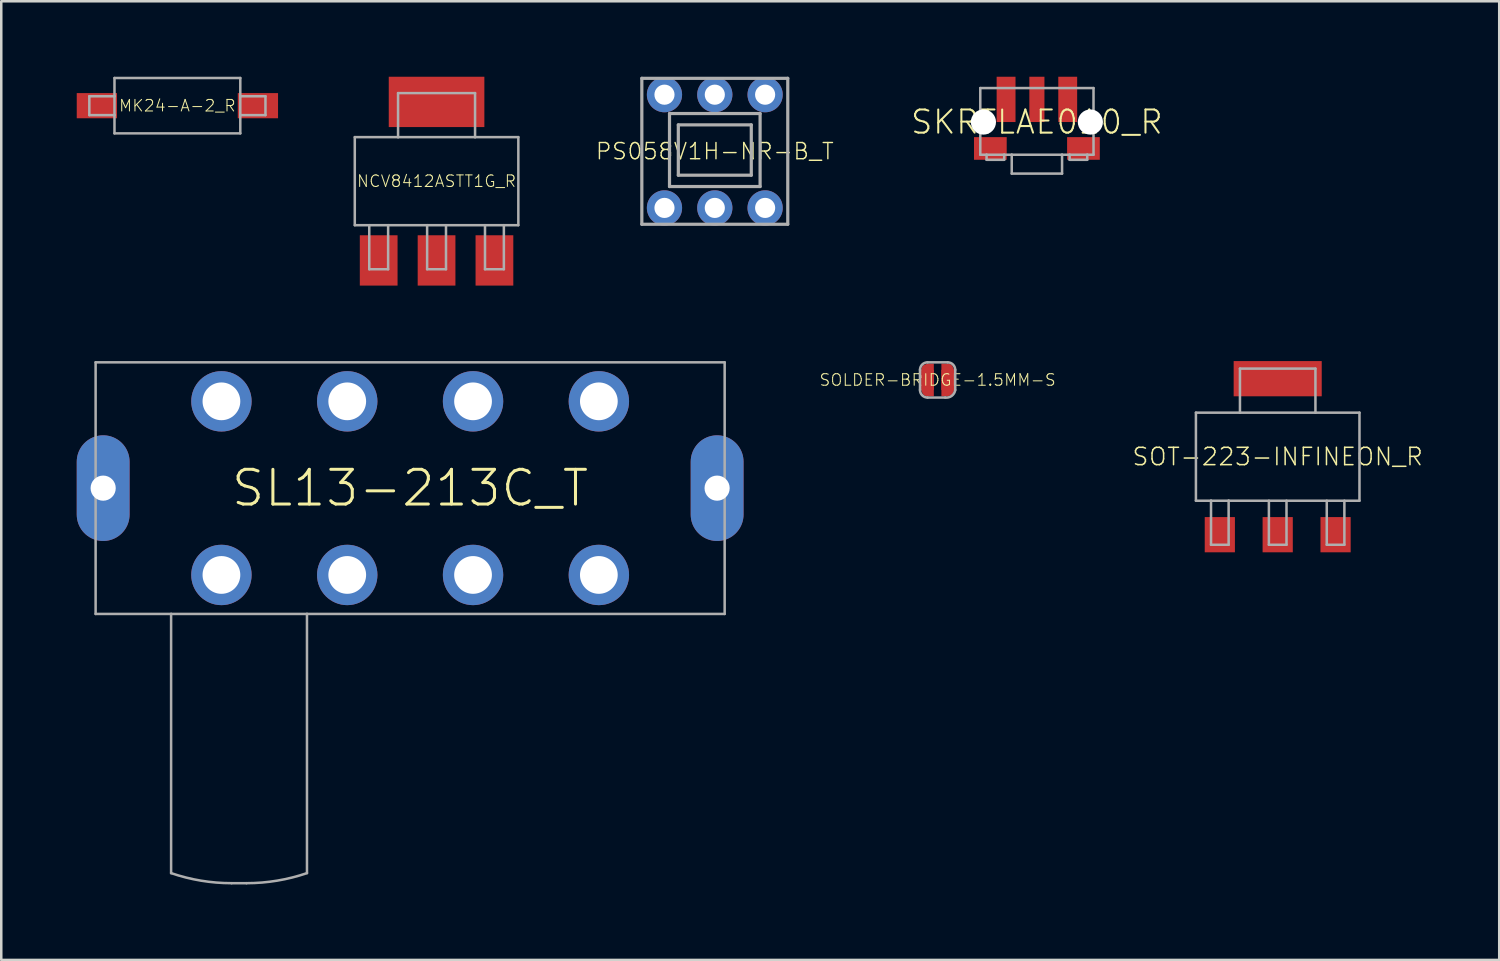
<source format=kicad_pcb>
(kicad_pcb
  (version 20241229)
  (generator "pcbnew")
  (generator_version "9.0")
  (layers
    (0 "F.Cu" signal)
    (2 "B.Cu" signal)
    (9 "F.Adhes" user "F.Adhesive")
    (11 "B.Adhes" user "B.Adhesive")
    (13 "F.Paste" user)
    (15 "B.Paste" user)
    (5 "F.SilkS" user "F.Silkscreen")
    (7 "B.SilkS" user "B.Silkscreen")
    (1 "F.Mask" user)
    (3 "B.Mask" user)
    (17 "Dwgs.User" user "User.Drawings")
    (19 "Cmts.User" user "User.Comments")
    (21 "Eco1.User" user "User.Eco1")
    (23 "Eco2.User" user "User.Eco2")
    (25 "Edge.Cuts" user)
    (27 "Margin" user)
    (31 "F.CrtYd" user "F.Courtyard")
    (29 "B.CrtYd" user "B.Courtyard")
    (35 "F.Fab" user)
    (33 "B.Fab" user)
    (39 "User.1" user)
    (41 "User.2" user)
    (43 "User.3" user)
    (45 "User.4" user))
  (footprint "SOT-223-INFINEON_R"
    (layer "F.Cu")
    (at 47.729 15.1)
    (property "Reference" "SOT-223-INFINEON_R" (at 0 0 0) (unlocked yes) (layer "F.SilkS") (effects (font (size 0.69 0.69) (thickness 0.06))))
    (fp_poly (pts (xy -1.7 3.8) (xy -2.9 3.8) (xy -2.9 2.4) (xy -1.7 2.4)) (stroke (width 0) (type default)) (fill yes) (layer "F.Paste"))
    (fp_poly (pts (xy 0.6 3.8) (xy -0.6 3.8) (xy -0.6 2.4) (xy 0.6 2.4)) (stroke (width 0) (type default)) (fill yes) (layer "F.Paste"))
    (fp_poly (pts (xy 1.75 -2.4) (xy -1.75 -2.4) (xy -1.75 -3.8) (xy 1.75 -3.8)) (stroke (width 0) (type default)) (fill yes) (layer "F.Paste"))
    (fp_poly (pts (xy 2.9 3.8) (xy 1.7 3.8) (xy 1.7 2.4) (xy 2.9 2.4)) (stroke (width 0) (type default)) (fill yes) (layer "F.Paste"))
    (fp_line (start -3.25 -1.75) (end -3.25 1.75) (stroke (width 0.1) (type solid)) (layer "F.Fab"))
    (fp_line (start -3.25 1.75) (end -2.65 1.75) (stroke (width 0.1) (type solid)) (layer "F.Fab"))
    (fp_line (start -2.65 1.75) (end -1.95 1.75) (stroke (width 0.1) (type solid)) (layer "F.Fab"))
    (fp_line (start -2.65 3.5) (end -2.65 1.75) (stroke (width 0.1) (type solid)) (layer "F.Fab"))
    (fp_line (start -2.65 3.5) (end -1.95 3.5) (stroke (width 0.1) (type solid)) (layer "F.Fab"))
    (fp_line (start -1.95 1.75) (end 3.25 1.75) (stroke (width 0.1) (type solid)) (layer "F.Fab"))
    (fp_line (start -1.95 3.5) (end -1.95 1.75) (stroke (width 0.1) (type solid)) (layer "F.Fab"))
    (fp_line (start -1.5 -3.5) (end -1.5 -1.75) (stroke (width 0.1) (type solid)) (layer "F.Fab"))
    (fp_line (start -1.5 -1.75) (end -3.25 -1.75) (stroke (width 0.1) (type solid)) (layer "F.Fab"))
    (fp_line (start -0.35 3.5) (end -0.35 1.75) (stroke (width 0.1) (type solid)) (layer "F.Fab"))
    (fp_line (start -0.35 3.5) (end 0.35 3.5) (stroke (width 0.1) (type solid)) (layer "F.Fab"))
    (fp_line (start 0.35 3.5) (end 0.35 1.75) (stroke (width 0.1) (type solid)) (layer "F.Fab"))
    (fp_line (start 1.5 -3.5) (end -1.5 -3.5) (stroke (width 0.1) (type solid)) (layer "F.Fab"))
    (fp_line (start 1.5 -3.5) (end 1.5 -1.75) (stroke (width 0.1) (type solid)) (layer "F.Fab"))
    (fp_line (start 1.5 -1.75) (end -1.5 -1.75) (stroke (width 0.1) (type solid)) (layer "F.Fab"))
    (fp_line (start 1.95 3.5) (end 1.95 1.75) (stroke (width 0.1) (type solid)) (layer "F.Fab"))
    (fp_line (start 1.95 3.5) (end 2.65 3.5) (stroke (width 0.1) (type solid)) (layer "F.Fab"))
    (fp_line (start 2.65 3.5) (end 2.65 1.75) (stroke (width 0.1) (type solid)) (layer "F.Fab"))
    (fp_line (start 3.25 -1.75) (end 1.5 -1.75) (stroke (width 0.1) (type solid)) (layer "F.Fab"))
    (fp_line (start 3.25 1.75) (end 3.25 -1.75) (stroke (width 0.1) (type solid)) (layer "F.Fab"))
    (pad "1" smd rect (at -2.3 3.1) (size 1.2 1.4) (layers "F.Cu" "F.Mask"))
    (pad "2" smd rect (at 0 3.1) (size 1.2 1.4) (layers "F.Cu" "F.Mask"))
    (pad "3" smd rect (at 2.3 3.1) (size 1.2 1.4) (layers "F.Cu" "F.Mask"))
    (pad "4" smd rect (at 0 -3.1) (size 3.5 1.4) (layers "F.Cu" "F.Mask")))
  (footprint "SOLDER-BRIDGE-1.5MM-S"
    (layer "F.Cu")
    (at 34.213 12.05)
    (property "Reference" "SOLDER-BRIDGE-1.5MM-S" (at 0 0 0) (unlocked yes) (layer "F.SilkS") (effects (font (size 0.46 0.46) (thickness 0.04))))
    (fp_poly (pts (xy -0.15 0.65) (xy -0.405 0.65) (xy -0.496 0.632) (xy -0.582 0.575) (xy -0.65 0.41) (xy -0.65 -0.405) (xy -0.632 -0.496) (xy -0.575 -0.582) (xy -0.41 -0.65) (xy -0.15 -0.65)) (stroke (width 0) (type default)) (fill yes) (layer "F.Cu"))
    (fp_poly (pts (xy 0.496 -0.632) (xy 0.582 -0.575) (xy 0.65 -0.41) (xy 0.65 0.405) (xy 0.632 0.496) (xy 0.575 0.582) (xy 0.41 0.65) (xy 0.15 0.65) (xy 0.15 -0.65) (xy 0.405 -0.65)) (stroke (width 0) (type default)) (fill yes) (layer "F.Cu"))
    (fp_poly (pts (xy 0.61 -0.617) (xy 0.678 -0.515) (xy 0.7 -0.405) (xy 0.7 0.41) (xy 0.617 0.61) (xy 0.515 0.678) (xy 0.405 0.7) (xy -0.41 0.7) (xy -0.61 0.617) (xy -0.678 0.515) (xy -0.7 0.405) (xy -0.7 -0.41) (xy -0.617 -0.61) (xy -0.515 -0.678) (xy -0.405 -0.7) (xy 0.41 -0.7)) (stroke (width 0) (type default)) (fill yes) (layer "F.Mask"))
    (fp_line (start -0.7 -0.4) (end -0.7 0.4) (stroke (width 0.1) (type solid)) (layer "F.Fab"))
    (fp_line (start -0.4 0.7) (end 0.3 0.7) (stroke (width 0.1) (type solid)) (layer "F.Fab"))
    (fp_line (start 0.4 -0.7) (end -0.4 -0.7) (stroke (width 0.1) (type solid)) (layer "F.Fab"))
    (fp_line (start 0.7 0.4) (end 0.7 -0.4) (stroke (width 0.1) (type solid)) (layer "F.Fab"))
    (fp_arc (start -0.7 -0.4) (mid -0.612132 -0.612132) (end -0.4 -0.7) (stroke (width 0.1) (type solid)) (layer "F.Fab"))
    (fp_arc (start -0.4 0.7) (mid -0.612132 0.612132) (end -0.7 0.4) (stroke (width 0.1) (type solid)) (layer "F.Fab"))
    (fp_arc (start 0.4 -0.7) (mid 0.612132 -0.612132) (end 0.7 -0.4) (stroke (width 0.1) (type solid)) (layer "F.Fab"))
    (fp_arc (start 0.7 0.4) (mid 0.562132 0.632843) (end 0.3 0.7) (stroke (width 0.1) (type solid)) (layer "F.Fab"))
    (pad "1" smd rect (at -0.4 0) (size 0.5 0.8) (layers "F.Cu"))
    (pad "2" smd rect (at 0.4 0) (size 0.5 0.8) (layers "F.Cu")))
  (footprint "SKRTLAE010_R"
    (layer "F.Cu")
    (at 38.159 1.8)
    (property "Reference" "SKRTLAE010_R" (at 0 0 0) (unlocked yes) (layer "F.SilkS") (effects (font (size 0.92 0.92) (thickness 0.08))))
    (fp_line (start -2.25 -1.35) (end -2.25 1.3) (stroke (width 0.1) (type solid)) (layer "F.Fab"))
    (fp_line (start -2.25 1.3) (end -2 1.3) (stroke (width 0.1) (type solid)) (layer "F.Fab"))
    (fp_line (start -2 1.3) (end -2 1.5) (stroke (width 0.1) (type solid)) (layer "F.Fab"))
    (fp_line (start -2 1.3) (end -1.3 1.3) (stroke (width 0.1) (type solid)) (layer "F.Fab"))
    (fp_line (start -2 1.5) (end -1.3 1.5) (stroke (width 0.1) (type solid)) (layer "F.Fab"))
    (fp_line (start -1.3 1.3) (end -1 1.3) (stroke (width 0.1) (type solid)) (layer "F.Fab"))
    (fp_line (start -1.3 1.5) (end -1.3 1.3) (stroke (width 0.1) (type solid)) (layer "F.Fab"))
    (fp_line (start -1 1.3) (end 1 1.3) (stroke (width 0.1) (type solid)) (layer "F.Fab"))
    (fp_line (start -1 2.05) (end -1 1.3) (stroke (width 0.1) (type solid)) (layer "F.Fab"))
    (fp_line (start -1 2.05) (end 1 2.05) (stroke (width 0.1) (type solid)) (layer "F.Fab"))
    (fp_line (start 1 1.3) (end 1.3 1.3) (stroke (width 0.1) (type solid)) (layer "F.Fab"))
    (fp_line (start 1 2.05) (end 1 1.3) (stroke (width 0.1) (type solid)) (layer "F.Fab"))
    (fp_line (start 1.3 1.3) (end 1.3 1.5) (stroke (width 0.1) (type solid)) (layer "F.Fab"))
    (fp_line (start 1.3 1.3) (end 2 1.3) (stroke (width 0.1) (type solid)) (layer "F.Fab"))
    (fp_line (start 1.3 1.5) (end 2 1.5) (stroke (width 0.1) (type solid)) (layer "F.Fab"))
    (fp_line (start 2 1.3) (end 2.25 1.3) (stroke (width 0.1) (type solid)) (layer "F.Fab"))
    (fp_line (start 2 1.5) (end 2 1.3) (stroke (width 0.1) (type solid)) (layer "F.Fab"))
    (fp_line (start 2.25 -1.35) (end -2.25 -1.35) (stroke (width 0.1) (type solid)) (layer "F.Fab"))
    (fp_line (start 2.25 1.3) (end 2.25 -1.35) (stroke (width 0.1) (type solid)) (layer "F.Fab"))
    (pad "" np_thru_hole circle (at -2.125 0) (size 1 1) (drill 1) (layers "*.Cu" "*.Mask"))
    (pad "" np_thru_hole circle (at 2.125 0) (size 1 1) (drill 1) (layers "*.Cu" "*.Mask"))
    (pad "1" smd rect (at -1.225 -0.9) (size 0.75 1.8) (layers "F.Cu" "F.Mask" "F.Paste"))
    (pad "2" smd rect (at 0 -0.9) (size 0.6 1.8) (layers "F.Cu" "F.Mask" "F.Paste"))
    (pad "3" smd rect (at 1.225 -0.9) (size 0.75 1.8) (layers "F.Cu" "F.Mask" "F.Paste"))
    (pad "4" smd rect (at -1.85 1.05) (size 1.3 0.9) (layers "F.Cu" "F.Mask" "F.Paste"))
    (pad "5" smd rect (at 1.85 1.05) (size 1.3 0.9) (layers "F.Cu" "F.Mask" "F.Paste"))
    (zone (net_name "") (layer "F.Cu") (hatch edge 0.5) (connect_pads) (min_thickness 0.25) (filled_areas_thickness no) (keepout (tracks not_allowed) (vias not_allowed) (pads not_allowed) (copperpour not_allowed) (footprints allowed)) (placement (enabled no)) (fill) (polygon (pts (xy 37.159 3.3) (xy 39.159 3.3) (xy 39.159 2.1) (xy 37.159 2.1)))))
  (footprint "SL13-213C_T"
    (layer "F.Cu")
    (at 13.25 16.35)
    (property "Reference" "SL13-213C_T" (at 0 0 0) (unlocked yes) (layer "F.SilkS") (effects (font (size 1.38 1.38) (thickness 0.12))))
    (fp_line (start -12.5 -5) (end -12.5 5) (stroke (width 0.1) (type solid)) (layer "F.Fab"))
    (fp_line (start -12.5 5) (end -9.5 5) (stroke (width 0.1) (type solid)) (layer "F.Fab"))
    (fp_line (start -9.5 5) (end -9.5 15.3) (stroke (width 0.1) (type solid)) (layer "F.Fab"))
    (fp_line (start -9.5 5) (end -4.1 5) (stroke (width 0.1) (type solid)) (layer "F.Fab"))
    (fp_line (start -6.5 15.7) (end -7.1 15.7) (stroke (width 0.1) (type solid)) (layer "F.Fab"))
    (fp_line (start -4.1 5) (end -4.1 15.3) (stroke (width 0.1) (type solid)) (layer "F.Fab"))
    (fp_line (start -4.1 5) (end 12.5 5) (stroke (width 0.1) (type solid)) (layer "F.Fab"))
    (fp_line (start 12.5 -5) (end -12.5 -5) (stroke (width 0.1) (type solid)) (layer "F.Fab"))
    (fp_line (start 12.5 5) (end 12.5 -5) (stroke (width 0.1) (type solid)) (layer "F.Fab"))
    (fp_arc (start -7.1 15.7) (mid -8.316552 15.599315) (end -9.5 15.3) (stroke (width 0.1) (type solid)) (layer "F.Fab"))
    (fp_arc (start -4.1 15.3) (mid -5.283447 15.599315) (end -6.5 15.7) (stroke (width 0.1) (type solid)) (layer "F.Fab"))
    (pad "A1" thru_hole circle (at -7.5 -3.45) (size 2.4 2.4) (drill 1.5) (layers "*.Cu" "*.Mask"))
    (pad "A2" thru_hole circle (at -2.5 -3.45) (size 2.4 2.4) (drill 1.5) (layers "*.Cu" "*.Mask"))
    (pad "A3" thru_hole circle (at 2.5 -3.45) (size 2.4 2.4) (drill 1.5) (layers "*.Cu" "*.Mask"))
    (pad "A4" thru_hole circle (at 7.5 -3.45) (size 2.4 2.4) (drill 1.5) (layers "*.Cu" "*.Mask"))
    (pad "B1" thru_hole circle (at -7.5 3.45) (size 2.4 2.4) (drill 1.5) (layers "*.Cu" "*.Mask"))
    (pad "B2" thru_hole circle (at -2.5 3.45) (size 2.4 2.4) (drill 1.5) (layers "*.Cu" "*.Mask"))
    (pad "B3" thru_hole circle (at 2.5 3.45) (size 2.4 2.4) (drill 1.5) (layers "*.Cu" "*.Mask"))
    (pad "B4" thru_hole circle (at 7.5 3.45) (size 2.4 2.4) (drill 1.5) (layers "*.Cu" "*.Mask"))
    (pad "T1" thru_hole oval (at -12.2 0 90) (size 4.2 2.1) (drill 1) (layers "*.Cu" "*.Mask"))
    (pad "T2" thru_hole oval (at 12.2 0 90) (size 4.2 2.1) (drill 1) (layers "*.Cu" "*.Mask")))
  (footprint "NCV8412ASTT1G_R"
    (layer "F.Cu")
    (at 14.3 4.15)
    (property "Reference" "NCV8412ASTT1G_R" (at 0 0 0) (unlocked yes) (layer "F.SilkS") (effects (font (size 0.46 0.46) (thickness 0.04))))
    (fp_line (start -3.25 -1.75) (end -1.53 -1.75) (stroke (width 0.1) (type solid)) (layer "F.Fab"))
    (fp_line (start -3.25 1.75) (end -3.25 -1.75) (stroke (width 0.1) (type solid)) (layer "F.Fab"))
    (fp_line (start -2.675 1.75) (end -3.25 1.75) (stroke (width 0.1) (type solid)) (layer "F.Fab"))
    (fp_line (start -2.675 1.75) (end -2.675 3.5) (stroke (width 0.1) (type solid)) (layer "F.Fab"))
    (fp_line (start -2.675 3.5) (end -1.925 3.5) (stroke (width 0.1) (type solid)) (layer "F.Fab"))
    (fp_line (start -1.925 1.75) (end -2.675 1.75) (stroke (width 0.1) (type solid)) (layer "F.Fab"))
    (fp_line (start -1.925 3.5) (end -1.925 1.75) (stroke (width 0.1) (type solid)) (layer "F.Fab"))
    (fp_line (start -1.53 -3.5) (end 1.53 -3.5) (stroke (width 0.1) (type solid)) (layer "F.Fab"))
    (fp_line (start -1.53 -1.75) (end -1.53 -3.5) (stroke (width 0.1) (type solid)) (layer "F.Fab"))
    (fp_line (start -1.53 -1.75) (end 1.53 -1.75) (stroke (width 0.1) (type solid)) (layer "F.Fab"))
    (fp_line (start -0.375 1.75) (end -1.925 1.75) (stroke (width 0.1) (type solid)) (layer "F.Fab"))
    (fp_line (start -0.375 1.75) (end -0.375 3.5) (stroke (width 0.1) (type solid)) (layer "F.Fab"))
    (fp_line (start -0.375 3.5) (end 0.375 3.5) (stroke (width 0.1) (type solid)) (layer "F.Fab"))
    (fp_line (start 0.375 1.75) (end -0.375 1.75) (stroke (width 0.1) (type solid)) (layer "F.Fab"))
    (fp_line (start 0.375 3.5) (end 0.375 1.75) (stroke (width 0.1) (type solid)) (layer "F.Fab"))
    (fp_line (start 1.53 -3.5) (end 1.53 -1.75) (stroke (width 0.1) (type solid)) (layer "F.Fab"))
    (fp_line (start 1.53 -1.75) (end 3.25 -1.75) (stroke (width 0.1) (type solid)) (layer "F.Fab"))
    (fp_line (start 1.925 1.75) (end 0.375 1.75) (stroke (width 0.1) (type solid)) (layer "F.Fab"))
    (fp_line (start 1.925 1.75) (end 1.925 3.5) (stroke (width 0.1) (type solid)) (layer "F.Fab"))
    (fp_line (start 1.925 3.5) (end 2.675 3.5) (stroke (width 0.1) (type solid)) (layer "F.Fab"))
    (fp_line (start 2.675 1.75) (end 1.925 1.75) (stroke (width 0.1) (type solid)) (layer "F.Fab"))
    (fp_line (start 2.675 3.5) (end 2.675 1.75) (stroke (width 0.1) (type solid)) (layer "F.Fab"))
    (fp_line (start 3.25 -1.75) (end 3.25 1.75) (stroke (width 0.1) (type solid)) (layer "F.Fab"))
    (fp_line (start 3.25 1.75) (end 2.675 1.75) (stroke (width 0.1) (type solid)) (layer "F.Fab"))
    (pad "1" smd rect (at -2.3 3.15 90) (size 2 1.5) (layers "F.Cu" "F.Mask" "F.Paste"))
    (pad "2" smd rect (at 0 3.15 90) (size 2 1.5) (layers "F.Cu" "F.Mask" "F.Paste"))
    (pad "3" smd rect (at 2.3 3.15 90) (size 2 1.5) (layers "F.Cu" "F.Mask" "F.Paste"))
    (pad "4" smd rect (at 0 -3.15 90) (size 2 3.8) (layers "F.Cu" "F.Mask" "F.Paste")))
  (footprint "PS058V1H-NR-B_T"
    (layer "F.Cu")
    (at 25.358 2.963)
    (property "Reference" "PS058V1H-NR-B_T" (at 0 0 0) (unlocked yes) (layer "F.SilkS") (effects (font (size 0.644 0.644) (thickness 0.056))))
    (fp_line (start -2.9 -2.9) (end -2.9 2.9) (stroke (width 0.127) (type solid)) (layer "F.Fab"))
    (fp_line (start -2.9 2.9) (end 2.9 2.9) (stroke (width 0.127) (type solid)) (layer "F.Fab"))
    (fp_line (start -1.8 -1.5) (end -1.8 1.4) (stroke (width 0.127) (type solid)) (layer "F.Fab"))
    (fp_line (start -1.8 1.4) (end 1.8 1.4) (stroke (width 0.127) (type solid)) (layer "F.Fab"))
    (fp_line (start -1.45 -1.05) (end -1.45 0.95) (stroke (width 0.127) (type solid)) (layer "F.Fab"))
    (fp_line (start -1.45 0.95) (end 1.45 0.95) (stroke (width 0.127) (type solid)) (layer "F.Fab"))
    (fp_line (start 1.45 -1.05) (end -1.45 -1.05) (stroke (width 0.127) (type solid)) (layer "F.Fab"))
    (fp_line (start 1.45 0.95) (end 1.45 -1.05) (stroke (width 0.127) (type solid)) (layer "F.Fab"))
    (fp_line (start 1.8 -1.5) (end -1.8 -1.5) (stroke (width 0.127) (type solid)) (layer "F.Fab"))
    (fp_line (start 1.8 1.4) (end 1.8 -1.5) (stroke (width 0.127) (type solid)) (layer "F.Fab"))
    (fp_line (start 2.9 -2.9) (end -2.9 -2.9) (stroke (width 0.127) (type solid)) (layer "F.Fab"))
    (fp_line (start 2.9 2.9) (end 2.9 -2.9) (stroke (width 0.127) (type solid)) (layer "F.Fab"))
    (pad "1" thru_hole circle (at -2 2.25) (size 1.4 1.4) (drill 0.8) (layers "*.Cu" "*.Mask"))
    (pad "2" thru_hole circle (at 0 2.25) (size 1.4 1.4) (drill 0.8) (layers "*.Cu" "*.Mask"))
    (pad "3" thru_hole circle (at 2 2.25) (size 1.4 1.4) (drill 0.8) (layers "*.Cu" "*.Mask"))
    (pad "4" thru_hole circle (at -2 -2.25) (size 1.4 1.4) (drill 0.8) (layers "*.Cu" "*.Mask"))
    (pad "5" thru_hole circle (at 0 -2.25) (size 1.4 1.4) (drill 0.8) (layers "*.Cu" "*.Mask"))
    (pad "6" thru_hole circle (at 2 -2.25) (size 1.4 1.4) (drill 0.8) (layers "*.Cu" "*.Mask")))
  (footprint "MK24-A-2_R"
    (layer "F.Cu")
    (at 4 1.15)
    (property "Reference" "MK24-A-2_R" (at 0 0 0) (unlocked yes) (layer "F.SilkS") (effects (font (size 0.46 0.46) (thickness 0.04))))
    (fp_line (start -3.5 -0.375) (end -3.5 0.375) (stroke (width 0.1) (type solid)) (layer "F.Fab"))
    (fp_line (start -3.5 0.375) (end -2.5 0.375) (stroke (width 0.1) (type solid)) (layer "F.Fab"))
    (fp_line (start -2.5 -1.1) (end -2.5 -0.375) (stroke (width 0.1) (type solid)) (layer "F.Fab"))
    (fp_line (start -2.5 -0.375) (end -3.5 -0.375) (stroke (width 0.1) (type solid)) (layer "F.Fab"))
    (fp_line (start -2.5 -0.375) (end -2.5 0.375) (stroke (width 0.1) (type solid)) (layer "F.Fab"))
    (fp_line (start -2.5 0.375) (end -2.5 1.1) (stroke (width 0.1) (type solid)) (layer "F.Fab"))
    (fp_line (start -2.5 1.1) (end 2.5 1.1) (stroke (width 0.1) (type solid)) (layer "F.Fab"))
    (fp_line (start 2.5 -1.1) (end -2.5 -1.1) (stroke (width 0.1) (type solid)) (layer "F.Fab"))
    (fp_line (start 2.5 -0.375) (end 2.5 -1.1) (stroke (width 0.1) (type solid)) (layer "F.Fab"))
    (fp_line (start 2.5 -0.375) (end 3.5 -0.375) (stroke (width 0.1) (type solid)) (layer "F.Fab"))
    (fp_line (start 2.5 0.375) (end 2.5 -0.375) (stroke (width 0.1) (type solid)) (layer "F.Fab"))
    (fp_line (start 2.5 1.1) (end 2.5 0.375) (stroke (width 0.1) (type solid)) (layer "F.Fab"))
    (fp_line (start 3.5 -0.375) (end 3.5 0.375) (stroke (width 0.1) (type solid)) (layer "F.Fab"))
    (fp_line (start 3.5 0.375) (end 2.5 0.375) (stroke (width 0.1) (type solid)) (layer "F.Fab"))
    (pad "1" smd rect (at -3.2 0) (size 1.6 1) (layers "F.Cu" "F.Mask" "F.Paste"))
    (pad "2" smd rect (at 3.2 0) (size 1.6 1) (layers "F.Cu" "F.Mask" "F.Paste")))
  (gr_rect
    (start -3 -3)
    (end 56.533 35.1)
    (stroke (width 0.1) (type default))
    (fill no)
    (layer "Edge.Cuts")))
</source>
